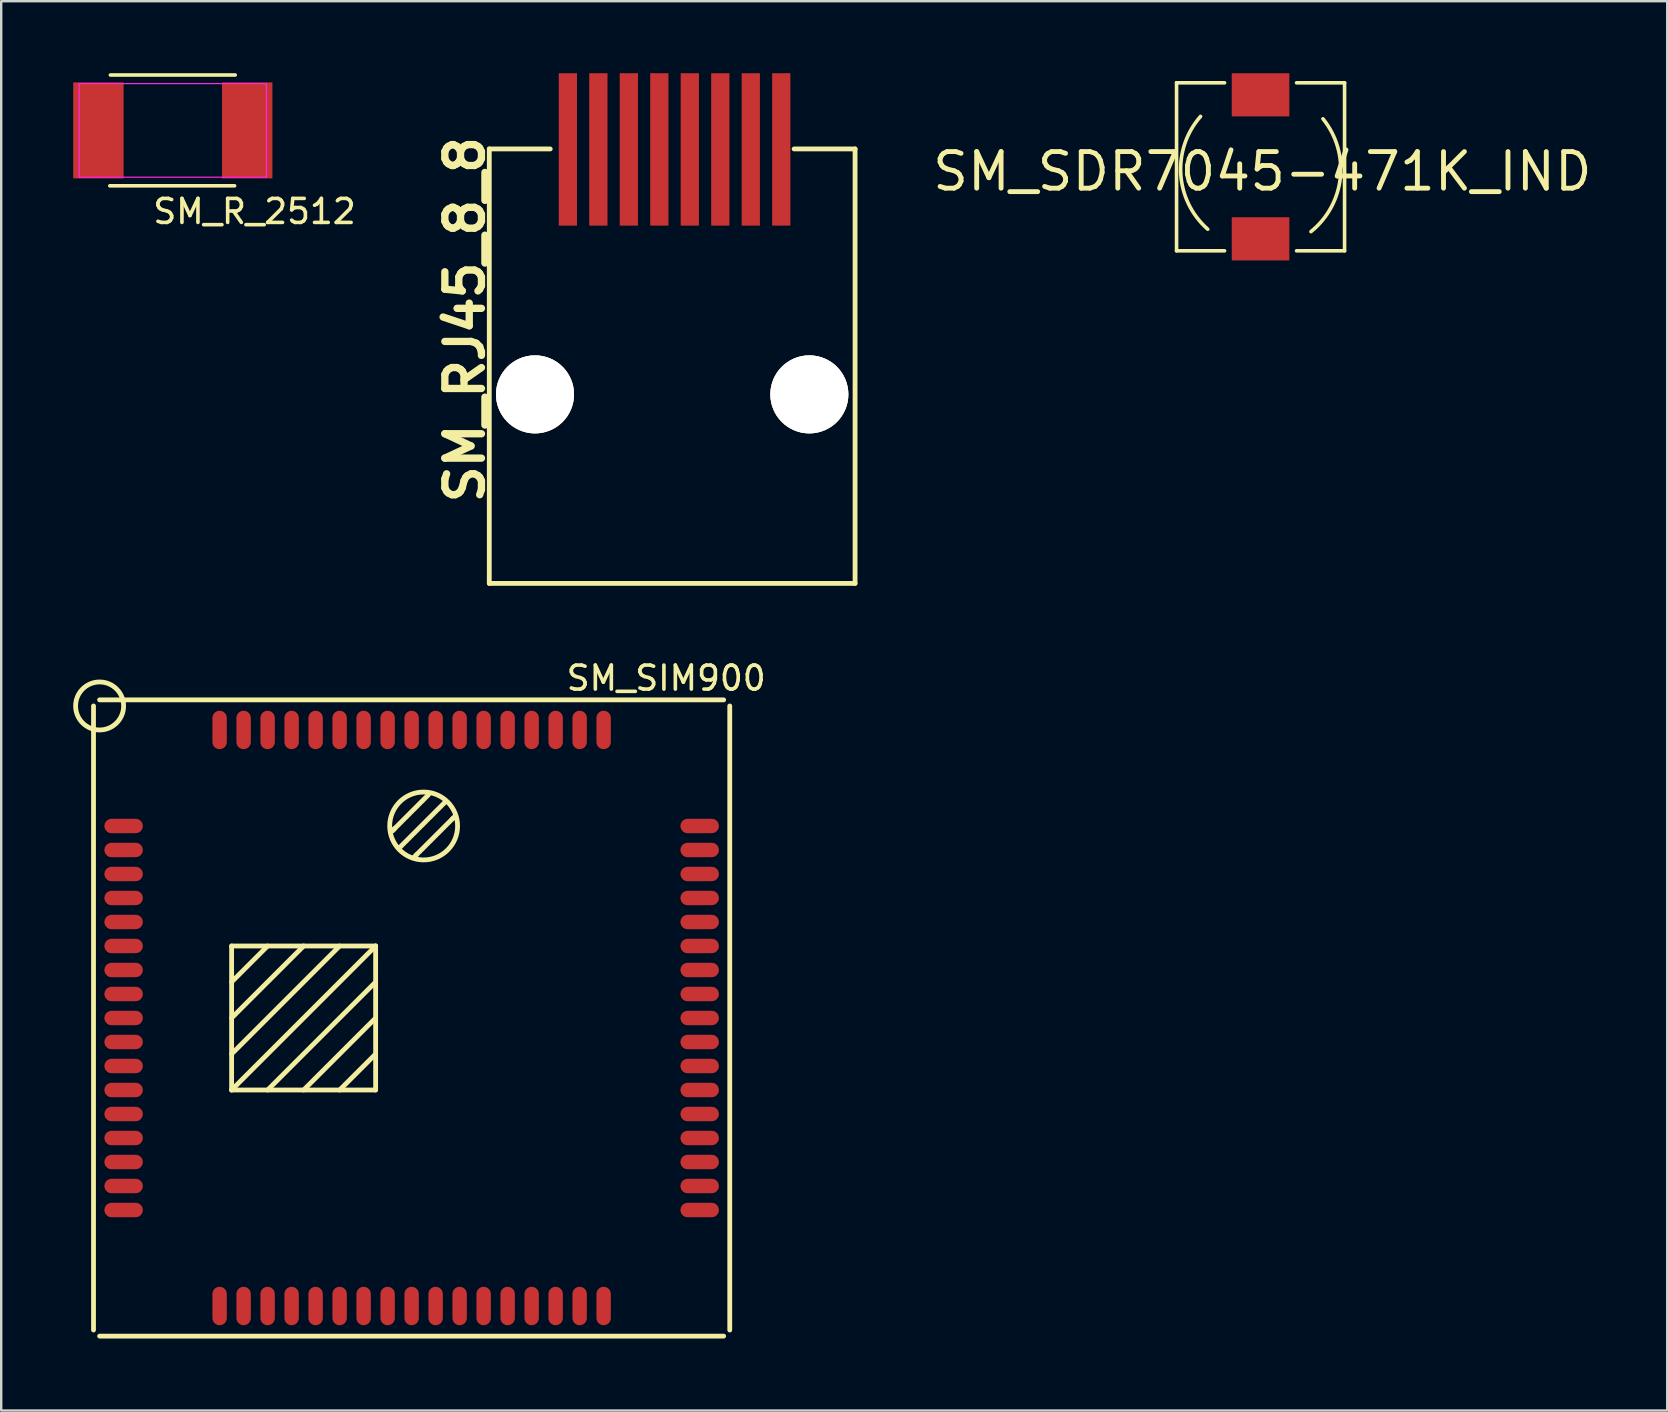
<source format=kicad_pcb>
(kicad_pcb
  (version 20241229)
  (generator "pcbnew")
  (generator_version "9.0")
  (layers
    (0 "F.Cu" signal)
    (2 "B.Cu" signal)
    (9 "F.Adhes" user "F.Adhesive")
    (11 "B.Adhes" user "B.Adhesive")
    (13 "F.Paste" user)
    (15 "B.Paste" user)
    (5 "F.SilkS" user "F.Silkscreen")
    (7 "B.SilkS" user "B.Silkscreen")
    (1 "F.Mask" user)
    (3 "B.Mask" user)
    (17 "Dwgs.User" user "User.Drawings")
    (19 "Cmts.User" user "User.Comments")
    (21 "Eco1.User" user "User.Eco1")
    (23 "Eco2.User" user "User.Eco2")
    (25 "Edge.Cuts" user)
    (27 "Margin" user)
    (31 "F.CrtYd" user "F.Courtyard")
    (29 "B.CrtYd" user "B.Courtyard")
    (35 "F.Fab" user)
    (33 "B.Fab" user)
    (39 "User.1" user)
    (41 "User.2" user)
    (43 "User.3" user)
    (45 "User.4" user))
  (footprint "SM_SIM900"
    (layer "F.Cu")
    (at 2.1 27.363)
    (property "Reference" "SM_SIM900" (at 22.606 -2.159 180) (layer "F.SilkS") (effects (font (size 1 1) (thickness 0.15))))
    (attr smd)
    (fp_line (start -1.254 25) (end -1.254 -1) (stroke (width 0.2) (type solid)) (layer "F.SilkS"))
    (fp_line (start -1 -1.254) (end 25 -1.254) (stroke (width 0.2) (type solid)) (layer "F.SilkS"))
    (fp_line (start 4.5 9) (end 10.5 9) (stroke (width 0.2) (type solid)) (layer "F.SilkS"))
    (fp_line (start 4.5 10.5) (end 6 9) (stroke (width 0.2) (type solid)) (layer "F.SilkS"))
    (fp_line (start 4.5 12) (end 7.5 9) (stroke (width 0.2) (type solid)) (layer "F.SilkS"))
    (fp_line (start 4.5 13.5) (end 9 9) (stroke (width 0.2) (type solid)) (layer "F.SilkS"))
    (fp_line (start 4.5 15) (end 4.5 9) (stroke (width 0.2) (type solid)) (layer "F.SilkS"))
    (fp_line (start 4.5 15) (end 10.5 9) (stroke (width 0.2) (type solid)) (layer "F.SilkS"))
    (fp_line (start 6 15) (end 10.5 10.5) (stroke (width 0.2) (type solid)) (layer "F.SilkS"))
    (fp_line (start 7.5 15) (end 10.5 12) (stroke (width 0.2) (type solid)) (layer "F.SilkS"))
    (fp_line (start 9 15) (end 10.5 13.5) (stroke (width 0.2) (type solid)) (layer "F.SilkS"))
    (fp_line (start 10.5 9) (end 10.5 15) (stroke (width 0.2) (type solid)) (layer "F.SilkS"))
    (fp_line (start 10.5 15) (end 4.5 15) (stroke (width 0.2) (type solid)) (layer "F.SilkS"))
    (fp_line (start 11.2 4.2) (end 12.7 2.7) (stroke (width 0.2) (type solid)) (layer "F.SilkS"))
    (fp_line (start 11.3 4.1) (end 11.2 4.2) (stroke (width 0.2) (type solid)) (layer "F.SilkS"))
    (fp_line (start 11.5 4.9) (end 13.4 3) (stroke (width 0.2) (type solid)) (layer "F.SilkS"))
    (fp_line (start 12.2 5.2) (end 12.1 5.3) (stroke (width 0.2) (type solid)) (layer "F.SilkS"))
    (fp_line (start 12.2 5.2) (end 13.7 3.7) (stroke (width 0.2) (type solid)) (layer "F.SilkS"))
    (fp_line (start 13.7 3.7) (end 13.8 3.6) (stroke (width 0.2) (type solid)) (layer "F.SilkS"))
    (fp_line (start 25 25.254) (end -1 25.254) (stroke (width 0.2) (type solid)) (layer "F.SilkS"))
    (fp_line (start 25.254 -1) (end 25.254 25) (stroke (width 0.2) (type solid)) (layer "F.SilkS"))
    (fp_circle (center -1 -1) (end 0 -1) (stroke (width 0.2) (type solid)) (fill no) (layer "F.SilkS"))
    (fp_circle (center 12.5 4) (end 13.5 3) (stroke (width 0.2) (type solid)) (fill no) (layer "F.SilkS"))
    (pad "1" smd oval (at 0 4) (size 1.6 0.6) (layers "F.Cu" "F.Mask" "F.Paste"))
    (pad "2" smd oval (at 0 5) (size 1.6 0.6) (layers "F.Cu" "F.Mask" "F.Paste"))
    (pad "3" smd oval (at 0 6) (size 1.6 0.6) (layers "F.Cu" "F.Mask" "F.Paste"))
    (pad "4" smd oval (at 0 7) (size 1.6 0.6) (layers "F.Cu" "F.Mask" "F.Paste"))
    (pad "5" smd oval (at 0 8) (size 1.6 0.6) (layers "F.Cu" "F.Mask" "F.Paste"))
    (pad "6" smd oval (at 0 9) (size 1.6 0.6) (layers "F.Cu" "F.Mask" "F.Paste"))
    (pad "7" smd oval (at 0 10) (size 1.6 0.6) (layers "F.Cu" "F.Mask" "F.Paste"))
    (pad "8" smd oval (at 0 11) (size 1.6 0.6) (layers "F.Cu" "F.Mask" "F.Paste"))
    (pad "9" smd oval (at 0 12) (size 1.6 0.6) (layers "F.Cu" "F.Mask" "F.Paste"))
    (pad "10" smd oval (at 0 13) (size 1.6 0.6) (layers "F.Cu" "F.Mask" "F.Paste"))
    (pad "11" smd oval (at 0 14) (size 1.6 0.6) (layers "F.Cu" "F.Mask" "F.Paste"))
    (pad "12" smd oval (at 0 15) (size 1.6 0.6) (layers "F.Cu" "F.Mask" "F.Paste"))
    (pad "13" smd oval (at 0 16) (size 1.6 0.6) (layers "F.Cu" "F.Mask" "F.Paste"))
    (pad "14" smd oval (at 0 17) (size 1.6 0.6) (layers "F.Cu" "F.Mask" "F.Paste"))
    (pad "15" smd oval (at 0 18) (size 1.6 0.6) (layers "F.Cu" "F.Mask" "F.Paste"))
    (pad "16" smd oval (at 0 19) (size 1.6 0.6) (layers "F.Cu" "F.Mask" "F.Paste"))
    (pad "17" smd oval (at 0 20) (size 1.6 0.6) (layers "F.Cu" "F.Mask" "F.Paste"))
    (pad "18" smd oval (at 4 24 90) (size 1.6 0.6) (layers "F.Cu" "F.Mask" "F.Paste"))
    (pad "19" smd oval (at 5 24 90) (size 1.6 0.6) (layers "F.Cu" "F.Mask" "F.Paste"))
    (pad "20" smd oval (at 6 24 90) (size 1.6 0.6) (layers "F.Cu" "F.Mask" "F.Paste"))
    (pad "21" smd oval (at 7 24 90) (size 1.6 0.6) (layers "F.Cu" "F.Mask" "F.Paste"))
    (pad "22" smd oval (at 8 24 90) (size 1.6 0.6) (layers "F.Cu" "F.Mask" "F.Paste"))
    (pad "23" smd oval (at 9 24 90) (size 1.6 0.6) (layers "F.Cu" "F.Mask" "F.Paste"))
    (pad "24" smd oval (at 10 24 90) (size 1.6 0.6) (layers "F.Cu" "F.Mask" "F.Paste"))
    (pad "25" smd oval (at 11 24 90) (size 1.6 0.6) (layers "F.Cu" "F.Mask" "F.Paste"))
    (pad "26" smd oval (at 12 24 90) (size 1.6 0.6) (layers "F.Cu" "F.Mask" "F.Paste"))
    (pad "27" smd oval (at 13 24 90) (size 1.6 0.6) (layers "F.Cu" "F.Mask" "F.Paste"))
    (pad "28" smd oval (at 14 24 90) (size 1.6 0.6) (layers "F.Cu" "F.Mask" "F.Paste"))
    (pad "29" smd oval (at 15 24 90) (size 1.6 0.6) (layers "F.Cu" "F.Mask" "F.Paste"))
    (pad "30" smd oval (at 16 24 90) (size 1.6 0.6) (layers "F.Cu" "F.Mask" "F.Paste"))
    (pad "31" smd oval (at 17 24 90) (size 1.6 0.6) (layers "F.Cu" "F.Mask" "F.Paste"))
    (pad "32" smd oval (at 18 24 90) (size 1.6 0.6) (layers "F.Cu" "F.Mask" "F.Paste"))
    (pad "33" smd oval (at 19 24 90) (size 1.6 0.6) (layers "F.Cu" "F.Mask" "F.Paste"))
    (pad "34" smd oval (at 20 24 90) (size 1.6 0.6) (layers "F.Cu" "F.Mask" "F.Paste"))
    (pad "35" smd oval (at 24 20) (size 1.6 0.6) (layers "F.Cu" "F.Mask" "F.Paste"))
    (pad "36" smd oval (at 24 19) (size 1.6 0.6) (layers "F.Cu" "F.Mask" "F.Paste"))
    (pad "37" smd oval (at 24 18) (size 1.6 0.6) (layers "F.Cu" "F.Mask" "F.Paste"))
    (pad "38" smd oval (at 24 17) (size 1.6 0.6) (layers "F.Cu" "F.Mask" "F.Paste"))
    (pad "39" smd oval (at 24 16) (size 1.6 0.6) (layers "F.Cu" "F.Mask" "F.Paste"))
    (pad "40" smd oval (at 24 15) (size 1.6 0.6) (layers "F.Cu" "F.Mask" "F.Paste"))
    (pad "41" smd oval (at 24 14) (size 1.6 0.6) (layers "F.Cu" "F.Mask" "F.Paste"))
    (pad "42" smd oval (at 24 13) (size 1.6 0.6) (layers "F.Cu" "F.Mask" "F.Paste"))
    (pad "43" smd oval (at 24 12) (size 1.6 0.6) (layers "F.Cu" "F.Mask" "F.Paste"))
    (pad "44" smd oval (at 24 11) (size 1.6 0.6) (layers "F.Cu" "F.Mask" "F.Paste"))
    (pad "45" smd oval (at 24 10) (size 1.6 0.6) (layers "F.Cu" "F.Mask" "F.Paste"))
    (pad "46" smd oval (at 24 9) (size 1.6 0.6) (layers "F.Cu" "F.Mask" "F.Paste"))
    (pad "47" smd oval (at 24 8) (size 1.6 0.6) (layers "F.Cu" "F.Mask" "F.Paste"))
    (pad "48" smd oval (at 24 7) (size 1.6 0.6) (layers "F.Cu" "F.Mask" "F.Paste"))
    (pad "49" smd oval (at 24 6) (size 1.6 0.6) (layers "F.Cu" "F.Mask" "F.Paste"))
    (pad "50" smd oval (at 24 5) (size 1.6 0.6) (layers "F.Cu" "F.Mask" "F.Paste"))
    (pad "51" smd oval (at 24 4) (size 1.6 0.6) (layers "F.Cu" "F.Mask" "F.Paste"))
    (pad "52" smd oval (at 20 0 90) (size 1.6 0.6) (layers "F.Cu" "F.Mask" "F.Paste"))
    (pad "53" smd oval (at 19 0 90) (size 1.6 0.6) (layers "F.Cu" "F.Mask" "F.Paste"))
    (pad "54" smd oval (at 18 0 90) (size 1.6 0.6) (layers "F.Cu" "F.Mask" "F.Paste"))
    (pad "55" smd oval (at 17 0 90) (size 1.6 0.6) (layers "F.Cu" "F.Mask" "F.Paste"))
    (pad "56" smd oval (at 16 0 90) (size 1.6 0.6) (layers "F.Cu" "F.Mask" "F.Paste"))
    (pad "57" smd oval (at 15 0 90) (size 1.6 0.6) (layers "F.Cu" "F.Mask" "F.Paste"))
    (pad "58" smd oval (at 14 0 90) (size 1.6 0.6) (layers "F.Cu" "F.Mask" "F.Paste"))
    (pad "59" smd oval (at 13 0 90) (size 1.6 0.6) (layers "F.Cu" "F.Mask" "F.Paste"))
    (pad "60" smd oval (at 12 0 90) (size 1.6 0.6) (layers "F.Cu" "F.Mask" "F.Paste"))
    (pad "61" smd oval (at 11 0 90) (size 1.6 0.6) (layers "F.Cu" "F.Mask" "F.Paste"))
    (pad "62" smd oval (at 10 0 90) (size 1.6 0.6) (layers "F.Cu" "F.Mask" "F.Paste"))
    (pad "63" smd oval (at 9 0 90) (size 1.6 0.6) (layers "F.Cu" "F.Mask" "F.Paste"))
    (pad "64" smd oval (at 8 0 90) (size 1.6 0.6) (layers "F.Cu" "F.Mask" "F.Paste"))
    (pad "65" smd oval (at 7 0 90) (size 1.6 0.6) (layers "F.Cu" "F.Mask" "F.Paste"))
    (pad "66" smd oval (at 6 0 90) (size 1.6 0.6) (layers "F.Cu" "F.Mask" "F.Paste"))
    (pad "67" smd oval (at 5 0 90) (size 1.6 0.6) (layers "F.Cu" "F.Mask" "F.Paste"))
    (pad "68" smd oval (at 4 0 90) (size 1.6 0.6) (layers "F.Cu" "F.Mask" "F.Paste")))
  (footprint "SM_R_2512"
    (layer "F.Cu")
    (at 4.15 2.383)
    (property "Reference" "SM_R_2512" (at 3.404 3.378 0) (layer "F.SilkS") (effects (font (size 1 1) (thickness 0.15))))
    (attr smd)
    (fp_line (start -2.6 -2.308) (end 2.6 -2.308) (stroke (width 0.15) (type solid)) (layer "F.SilkS"))
    (fp_line (start 2.575 2.308) (end -2.625 2.308) (stroke (width 0.15) (type solid)) (layer "F.SilkS"))
    (fp_line (start -3.9 -1.95) (end -3.9 1.95) (stroke (width 0.05) (type solid)) (layer "F.CrtYd"))
    (fp_line (start -3.9 -1.95) (end 3.9 -1.95) (stroke (width 0.05) (type solid)) (layer "F.CrtYd"))
    (fp_line (start -3.9 1.95) (end 3.9 1.95) (stroke (width 0.05) (type solid)) (layer "F.CrtYd"))
    (fp_line (start 3.9 -1.95) (end 3.9 1.95) (stroke (width 0.05) (type solid)) (layer "F.CrtYd"))
    (pad "1" smd rect (at -3.1 0) (size 2.1 4) (layers "F.Cu" "F.Mask" "F.Paste"))
    (pad "2" smd rect (at 3.1 0) (size 2.1 4) (layers "F.Cu" "F.Mask" "F.Paste")))
  (footprint "SM_SDR7045-471K_IND"
    (layer "F.Cu")
    (at 46.369 6)
    (property "Reference" "SM_SDR7045-471K_IND" (at 3.175 -1.905 0) (layer "F.SilkS") (effects (font (size 1.524 1.524) (thickness 0.203))))
    (attr through_hole)
    (fp_line (start -0.4 -5.6) (end -0.4 1.4) (stroke (width 0.15) (type solid)) (layer "F.SilkS"))
    (fp_line (start -0.4 -5.6) (end 1.6 -5.6) (stroke (width 0.15) (type solid)) (layer "F.SilkS"))
    (fp_line (start -0.4 1.4) (end 1.6 1.4) (stroke (width 0.15) (type solid)) (layer "F.SilkS"))
    (fp_line (start 6.6 -5.6) (end 4.6 -5.6) (stroke (width 0.15) (type solid)) (layer "F.SilkS"))
    (fp_line (start 6.6 -5.6) (end 6.6 1.4) (stroke (width 0.15) (type solid)) (layer "F.SilkS"))
    (fp_line (start 6.6 1.4) (end 4.6 1.4) (stroke (width 0.15) (type solid)) (layer "F.SilkS"))
    (fp_arc (start 0.9 0.5) (mid -0.223402 -1.787868) (end 0.6 -4.2) (stroke (width 0.15) (type solid)) (layer "F.SilkS"))
    (fp_arc (start 5.7 -4.1) (mid 6.423402 -1.646447) (end 5.2 0.6) (stroke (width 0.15) (type solid)) (layer "F.SilkS"))
    (pad "1" smd rect (at 3.1 -5.1) (size 2.4 1.8) (layers "F.Cu" "F.Mask" "F.Paste"))
    (pad "2" smd rect (at 3.1 0.9) (size 2.4 1.8) (layers "F.Cu" "F.Mask" "F.Paste")))
  (footprint "SM_RJ45_8_8"
    (layer "F.Cu")
    (at 20.51 3.156)
    (property "Reference" "SM_RJ45_8_8" (at -4.191 7.112 90) (layer "F.SilkS") (effects (font (size 1.524 1.524) (thickness 0.305))))
    (attr through_hole)
    (fp_line (start -3.175 0) (end -3.175 18.1) (stroke (width 0.2) (type solid)) (layer "F.SilkS"))
    (fp_line (start -3.175 0) (end -0.635 0) (stroke (width 0.2) (type solid)) (layer "F.SilkS"))
    (fp_line (start 12.065 0) (end 9.525 0) (stroke (width 0.2) (type solid)) (layer "F.SilkS"))
    (fp_line (start 12.065 18.1) (end -3.175 18.1) (stroke (width 0.2) (type solid)) (layer "F.SilkS"))
    (fp_line (start 12.065 18.1) (end 12.065 0) (stroke (width 0.2) (type solid)) (layer "F.SilkS"))
    (pad "" np_thru_hole circle (at -1.27 10.225) (size 3.25 3.25) (drill 3.25) (layers "*.Cu" "*.SilkS" "*.Mask"))
    (pad "" np_thru_hole circle (at 10.16 10.225) (size 3.25 3.25) (drill 3.25) (layers "*.Cu" "*.SilkS" "*.Mask"))
    (pad "1" smd rect (at 0.1 0.019) (size 0.76 6.35) (layers "F.Cu" "F.Mask" "F.Paste"))
    (pad "2" smd rect (at 1.37 0.019) (size 0.76 6.35) (layers "F.Cu" "F.Mask" "F.Paste"))
    (pad "3" smd rect (at 2.64 0.019) (size 0.76 6.35) (layers "F.Cu" "F.Mask" "F.Paste"))
    (pad "4" smd rect (at 3.91 0.019) (size 0.76 6.35) (layers "F.Cu" "F.Mask" "F.Paste"))
    (pad "5" smd rect (at 5.18 0.019) (size 0.76 6.35) (layers "F.Cu" "F.Mask" "F.Paste"))
    (pad "6" smd rect (at 6.45 0.019) (size 0.76 6.35) (layers "F.Cu" "F.Mask" "F.Paste"))
    (pad "7" smd rect (at 7.72 0.019) (size 0.76 6.35) (layers "F.Cu" "F.Mask" "F.Paste"))
    (pad "8" smd rect (at 8.99 0.019) (size 0.76 6.35) (layers "F.Cu" "F.Mask" "F.Paste")))
  (gr_rect
    (start -3 -3)
    (end 66.412 55.717)
    (stroke (width 0.1) (type default))
    (fill no)
    (layer "Edge.Cuts")))
</source>
